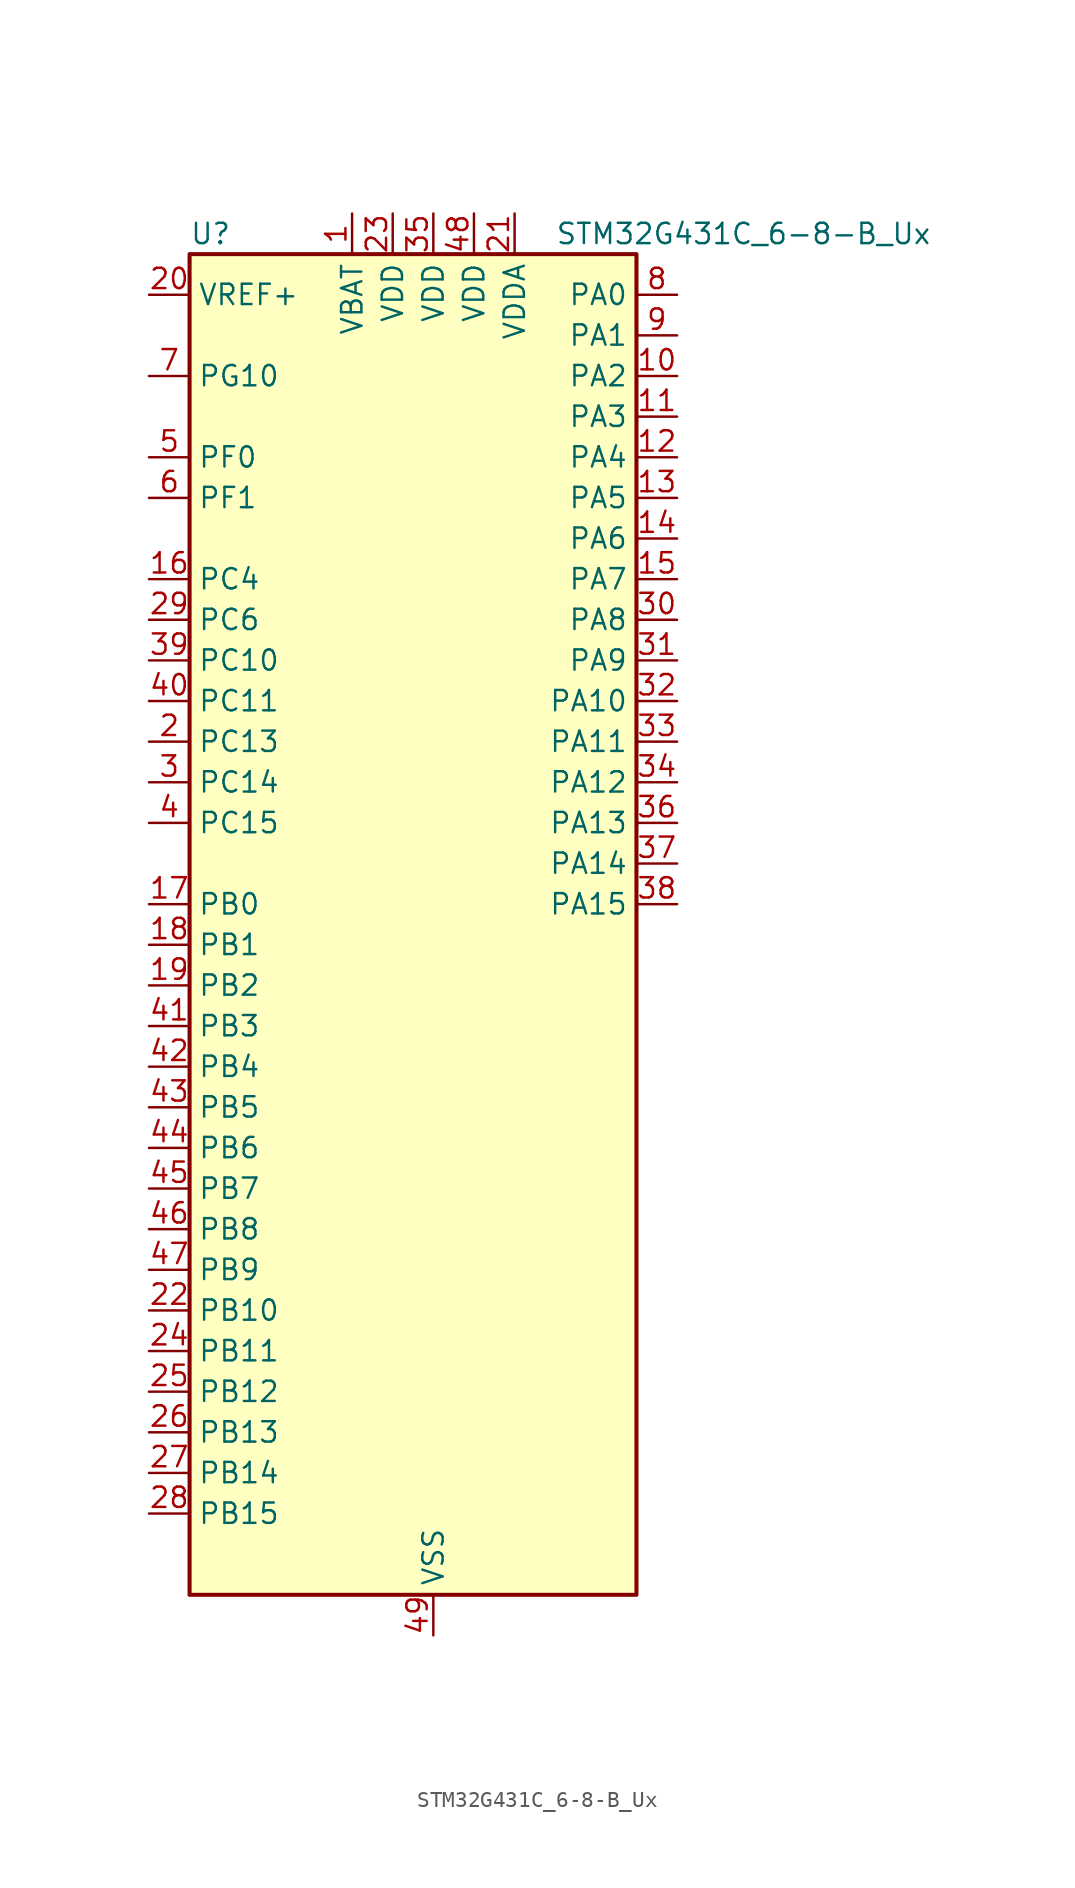
<source format=kicad_sym>
(kicad_symbol_lib
  (version 20231120)
  (generator "kicad_symbol_editor")
  (generator_version "8.0")
  (symbol "STM32G431C_6-8-B_Ux"
    (property "Reference" "U"
      (at -12.7 44.45 0)
      (effects (font (size 1.27 1.27)) (justify left)))
    (property "Value" "STM32G431C_6-8-B_Ux"
      (at 10.16 44.45 0)
      (effects (font (size 1.27 1.27)) (justify left)))
    (property "ki_locked" ""
      (at 0 0 0)
      (effects (font (size 1.27 1.27))))
    (symbol "STM32G431C_6-8-B_Ux_0_1"
      (rectangle (start -12.7 -40.64) (end 15.24 43.18) (stroke (width 0.254) (type default)) (fill (type background))))
    (symbol "STM32G431C_6-8-B_Ux_1_1"
      (pin power_in line (at -2.54 45.72 270) (length 2.54) (name "VBAT" (effects (font (size 1.27 1.27)))) (number "1" (effects (font (size 1.27 1.27)))))
      (pin bidirectional line (at 17.78 35.56 180) (length 2.54) (name "PA2" (effects (font (size 1.27 1.27)))) (number "10" (effects (font (size 1.27 1.27)))) (alternate "ADC1_IN3" bidirectional line) (alternate "COMP2_INM" bidirectional line) (alternate "COMP2_OUT" bidirectional line) (alternate "LPUART1_TX" bidirectional line) (alternate "OPAMP1_VOUT" bidirectional line) (alternate "RCC_LSCO" bidirectional line) (alternate "SYS_WKUP4" bidirectional line) (alternate "TIM15_CH1" bidirectional line) (alternate "TIM2_CH3" bidirectional line) (alternate "UCPD1_FRSTX1" bidirectional line) (alternate "UCPD1_FRSTX2" bidirectional line) (alternate "USART2_TX" bidirectional line))
      (pin bidirectional line (at 17.78 33.02 180) (length 2.54) (name "PA3" (effects (font (size 1.27 1.27)))) (number "11" (effects (font (size 1.27 1.27)))) (alternate "ADC1_IN4" bidirectional line) (alternate "COMP2_INP" bidirectional line) (alternate "LPUART1_RX" bidirectional line) (alternate "OPAMP1_VINM" bidirectional line) (alternate "OPAMP1_VINM0" bidirectional line) (alternate "OPAMP1_VINM_SEC" bidirectional line) (alternate "OPAMP1_VINP" bidirectional line) (alternate "OPAMP1_VINP_SEC" bidirectional line) (alternate "SAI1_CK1" bidirectional line) (alternate "SAI1_MCLK_A" bidirectional line) (alternate "TIM15_CH2" bidirectional line) (alternate "TIM2_CH4" bidirectional line) (alternate "USART2_RX" bidirectional line))
      (pin bidirectional line (at 17.78 30.48 180) (length 2.54) (name "PA4" (effects (font (size 1.27 1.27)))) (number "12" (effects (font (size 1.27 1.27)))) (alternate "ADC2_IN17" bidirectional line) (alternate "COMP1_INM" bidirectional line) (alternate "DAC1_OUT1" bidirectional line) (alternate "I2S3_WS" bidirectional line) (alternate "SAI1_FS_B" bidirectional line) (alternate "SPI1_NSS" bidirectional line) (alternate "SPI3_NSS" bidirectional line) (alternate "TIM3_CH2" bidirectional line) (alternate "USART2_CK" bidirectional line))
      (pin bidirectional line (at 17.78 27.94 180) (length 2.54) (name "PA5" (effects (font (size 1.27 1.27)))) (number "13" (effects (font (size 1.27 1.27)))) (alternate "ADC2_IN13" bidirectional line) (alternate "COMP2_INM" bidirectional line) (alternate "DAC1_OUT2" bidirectional line) (alternate "OPAMP2_VINM" bidirectional line) (alternate "OPAMP2_VINM0" bidirectional line) (alternate "OPAMP2_VINM_SEC" bidirectional line) (alternate "SPI1_SCK" bidirectional line) (alternate "TIM2_CH1" bidirectional line) (alternate "TIM2_ETR" bidirectional line) (alternate "UCPD1_FRSTX1" bidirectional line) (alternate "UCPD1_FRSTX2" bidirectional line))
      (pin bidirectional line (at 17.78 25.4 180) (length 2.54) (name "PA6" (effects (font (size 1.27 1.27)))) (number "14" (effects (font (size 1.27 1.27)))) (alternate "ADC2_IN3" bidirectional line) (alternate "COMP1_OUT" bidirectional line) (alternate "LPUART1_CTS" bidirectional line) (alternate "OPAMP2_VOUT" bidirectional line) (alternate "SPI1_MISO" bidirectional line) (alternate "TIM16_CH1" bidirectional line) (alternate "TIM1_BKIN" bidirectional line) (alternate "TIM3_CH1" bidirectional line) (alternate "TIM8_BKIN" bidirectional line))
      (pin bidirectional line (at 17.78 22.86 180) (length 2.54) (name "PA7" (effects (font (size 1.27 1.27)))) (number "15" (effects (font (size 1.27 1.27)))) (alternate "ADC2_IN4" bidirectional line) (alternate "COMP2_INP" bidirectional line) (alternate "COMP2_OUT" bidirectional line) (alternate "OPAMP1_VINP" bidirectional line) (alternate "OPAMP1_VINP_SEC" bidirectional line) (alternate "OPAMP2_VINP" bidirectional line) (alternate "OPAMP2_VINP_SEC" bidirectional line) (alternate "SPI1_MOSI" bidirectional line) (alternate "TIM17_CH1" bidirectional line) (alternate "TIM1_CH1N" bidirectional line) (alternate "TIM3_CH2" bidirectional line) (alternate "TIM8_CH1N" bidirectional line) (alternate "UCPD1_FRSTX1" bidirectional line) (alternate "UCPD1_FRSTX2" bidirectional line))
      (pin bidirectional line (at -15.24 22.86 0) (length 2.54) (name "PC4" (effects (font (size 1.27 1.27)))) (number "16" (effects (font (size 1.27 1.27)))) (alternate "ADC2_IN5" bidirectional line) (alternate "I2C2_SCL" bidirectional line) (alternate "TIM1_ETR" bidirectional line) (alternate "USART1_TX" bidirectional line))
      (pin bidirectional line (at -15.24 2.54 0) (length 2.54) (name "PB0" (effects (font (size 1.27 1.27)))) (number "17" (effects (font (size 1.27 1.27)))) (alternate "ADC1_IN15" bidirectional line) (alternate "COMP4_INP" bidirectional line) (alternate "OPAMP2_VINP" bidirectional line) (alternate "OPAMP2_VINP_SEC" bidirectional line) (alternate "OPAMP3_VINP" bidirectional line) (alternate "OPAMP3_VINP_SEC" bidirectional line) (alternate "TIM1_CH2N" bidirectional line) (alternate "TIM3_CH3" bidirectional line) (alternate "TIM8_CH2N" bidirectional line) (alternate "UCPD1_FRSTX1" bidirectional line) (alternate "UCPD1_FRSTX2" bidirectional line))
      (pin bidirectional line (at -15.24 0 0) (length 2.54) (name "PB1" (effects (font (size 1.27 1.27)))) (number "18" (effects (font (size 1.27 1.27)))) (alternate "ADC1_IN12" bidirectional line) (alternate "COMP1_INP" bidirectional line) (alternate "COMP4_OUT" bidirectional line) (alternate "LPUART1_DE" bidirectional line) (alternate "LPUART1_RTS" bidirectional line) (alternate "OPAMP3_VOUT" bidirectional line) (alternate "TIM1_CH3N" bidirectional line) (alternate "TIM3_CH4" bidirectional line) (alternate "TIM8_CH3N" bidirectional line))
      (pin bidirectional line (at -15.24 -2.54 0) (length 2.54) (name "PB2" (effects (font (size 1.27 1.27)))) (number "19" (effects (font (size 1.27 1.27)))) (alternate "ADC2_IN12" bidirectional line) (alternate "COMP4_INM" bidirectional line) (alternate "I2C3_SMBA" bidirectional line) (alternate "LPTIM1_OUT" bidirectional line) (alternate "OPAMP3_VINM" bidirectional line) (alternate "OPAMP3_VINM0" bidirectional line) (alternate "OPAMP3_VINM_SEC" bidirectional line) (alternate "RTC_OUT2" bidirectional line))
      (pin bidirectional line (at -15.24 12.7 0) (length 2.54) (name "PC13" (effects (font (size 1.27 1.27)))) (number "2" (effects (font (size 1.27 1.27)))) (alternate "RTC_OUT1" bidirectional line) (alternate "RTC_TAMP1" bidirectional line) (alternate "RTC_TS" bidirectional line) (alternate "SYS_WKUP2" bidirectional line) (alternate "TIM1_BKIN" bidirectional line) (alternate "TIM1_CH1N" bidirectional line) (alternate "TIM8_CH4N" bidirectional line))
      (pin input line (at -15.24 40.64 0) (length 2.54) (name "VREF+" (effects (font (size 1.27 1.27)))) (number "20" (effects (font (size 1.27 1.27)))) (alternate "VREFBUF_OUT" bidirectional line))
      (pin power_in line (at 7.62 45.72 270) (length 2.54) (name "VDDA" (effects (font (size 1.27 1.27)))) (number "21" (effects (font (size 1.27 1.27)))))
      (pin bidirectional line (at -15.24 -22.86 0) (length 2.54) (name "PB10" (effects (font (size 1.27 1.27)))) (number "22" (effects (font (size 1.27 1.27)))) (alternate "DAC1_EXTI10" bidirectional line) (alternate "DAC3_EXTI10" bidirectional line) (alternate "LPUART1_RX" bidirectional line) (alternate "OPAMP3_VINM" bidirectional line) (alternate "OPAMP3_VINM1" bidirectional line) (alternate "OPAMP3_VINM_SEC" bidirectional line) (alternate "SAI1_SCK_A" bidirectional line) (alternate "TIM1_BKIN" bidirectional line) (alternate "TIM2_CH3" bidirectional line) (alternate "USART3_TX" bidirectional line))
      (pin power_in line (at 0 45.72 270) (length 2.54) (name "VDD" (effects (font (size 1.27 1.27)))) (number "23" (effects (font (size 1.27 1.27)))))
      (pin bidirectional line (at -15.24 -25.4 0) (length 2.54) (name "PB11" (effects (font (size 1.27 1.27)))) (number "24" (effects (font (size 1.27 1.27)))) (alternate "ADC1_EXTI11" bidirectional line) (alternate "ADC1_IN14" bidirectional line) (alternate "ADC2_EXTI11" bidirectional line) (alternate "ADC2_IN14" bidirectional line) (alternate "LPUART1_TX" bidirectional line) (alternate "TIM2_CH4" bidirectional line) (alternate "USART3_RX" bidirectional line))
      (pin bidirectional line (at -15.24 -27.94 0) (length 2.54) (name "PB12" (effects (font (size 1.27 1.27)))) (number "25" (effects (font (size 1.27 1.27)))) (alternate "ADC1_IN11" bidirectional line) (alternate "I2C2_SMBA" bidirectional line) (alternate "I2S2_WS" bidirectional line) (alternate "LPUART1_DE" bidirectional line) (alternate "LPUART1_RTS" bidirectional line) (alternate "SPI2_NSS" bidirectional line) (alternate "TIM1_BKIN" bidirectional line) (alternate "USART3_CK" bidirectional line))
      (pin bidirectional line (at -15.24 -30.48 0) (length 2.54) (name "PB13" (effects (font (size 1.27 1.27)))) (number "26" (effects (font (size 1.27 1.27)))) (alternate "I2S2_CK" bidirectional line) (alternate "LPUART1_CTS" bidirectional line) (alternate "OPAMP3_VINP" bidirectional line) (alternate "OPAMP3_VINP_SEC" bidirectional line) (alternate "SPI2_SCK" bidirectional line) (alternate "TIM1_CH1N" bidirectional line) (alternate "USART3_CTS" bidirectional line) (alternate "USART3_NSS" bidirectional line))
      (pin bidirectional line (at -15.24 -33.02 0) (length 2.54) (name "PB14" (effects (font (size 1.27 1.27)))) (number "27" (effects (font (size 1.27 1.27)))) (alternate "ADC1_IN5" bidirectional line) (alternate "COMP4_OUT" bidirectional line) (alternate "OPAMP2_VINP" bidirectional line) (alternate "OPAMP2_VINP_SEC" bidirectional line) (alternate "SPI2_MISO" bidirectional line) (alternate "TIM15_CH1" bidirectional line) (alternate "TIM1_CH2N" bidirectional line) (alternate "USART3_DE" bidirectional line) (alternate "USART3_RTS" bidirectional line))
      (pin bidirectional line (at -15.24 -35.56 0) (length 2.54) (name "PB15" (effects (font (size 1.27 1.27)))) (number "28" (effects (font (size 1.27 1.27)))) (alternate "ADC1_EXTI15" bidirectional line) (alternate "ADC2_EXTI15" bidirectional line) (alternate "ADC2_IN15" bidirectional line) (alternate "COMP3_OUT" bidirectional line) (alternate "I2S2_SD" bidirectional line) (alternate "RTC_REFIN" bidirectional line) (alternate "SPI2_MOSI" bidirectional line) (alternate "TIM15_CH1N" bidirectional line) (alternate "TIM15_CH2" bidirectional line) (alternate "TIM1_CH3N" bidirectional line))
      (pin bidirectional line (at -15.24 20.32 0) (length 2.54) (name "PC6" (effects (font (size 1.27 1.27)))) (number "29" (effects (font (size 1.27 1.27)))) (alternate "I2S2_MCK" bidirectional line) (alternate "TIM3_CH1" bidirectional line) (alternate "TIM8_CH1" bidirectional line))
      (pin bidirectional line (at -15.24 10.16 0) (length 2.54) (name "PC14" (effects (font (size 1.27 1.27)))) (number "3" (effects (font (size 1.27 1.27)))) (alternate "RCC_OSC32_IN" bidirectional line))
      (pin bidirectional line (at 17.78 20.32 180) (length 2.54) (name "PA8" (effects (font (size 1.27 1.27)))) (number "30" (effects (font (size 1.27 1.27)))) (alternate "I2C2_SDA" bidirectional line) (alternate "I2C3_SCL" bidirectional line) (alternate "I2S2_MCK" bidirectional line) (alternate "RCC_MCO" bidirectional line) (alternate "SAI1_CK2" bidirectional line) (alternate "SAI1_SCK_A" bidirectional line) (alternate "TIM1_CH1" bidirectional line) (alternate "TIM4_ETR" bidirectional line) (alternate "USART1_CK" bidirectional line))
      (pin bidirectional line (at 17.78 17.78 180) (length 2.54) (name "PA9" (effects (font (size 1.27 1.27)))) (number "31" (effects (font (size 1.27 1.27)))) (alternate "DAC1_EXTI9" bidirectional line) (alternate "DAC3_EXTI9" bidirectional line) (alternate "I2C2_SCL" bidirectional line) (alternate "I2C3_SMBA" bidirectional line) (alternate "I2S3_MCK" bidirectional line) (alternate "SAI1_FS_A" bidirectional line) (alternate "TIM15_BKIN" bidirectional line) (alternate "TIM1_CH2" bidirectional line) (alternate "TIM2_CH3" bidirectional line) (alternate "UCPD1_DBCC1" bidirectional line) (alternate "USART1_TX" bidirectional line))
      (pin bidirectional line (at 17.78 15.24 180) (length 2.54) (name "PA10" (effects (font (size 1.27 1.27)))) (number "32" (effects (font (size 1.27 1.27)))) (alternate "CRS_SYNC" bidirectional line) (alternate "DAC1_EXTI10" bidirectional line) (alternate "DAC3_EXTI10" bidirectional line) (alternate "I2C2_SMBA" bidirectional line) (alternate "SAI1_D1" bidirectional line) (alternate "SAI1_SD_A" bidirectional line) (alternate "SPI2_MISO" bidirectional line) (alternate "TIM17_BKIN" bidirectional line) (alternate "TIM1_CH3" bidirectional line) (alternate "TIM2_CH4" bidirectional line) (alternate "TIM8_BKIN" bidirectional line) (alternate "UCPD1_DBCC2" bidirectional line) (alternate "USART1_RX" bidirectional line))
      (pin bidirectional line (at 17.78 12.7 180) (length 2.54) (name "PA11" (effects (font (size 1.27 1.27)))) (number "33" (effects (font (size 1.27 1.27)))) (alternate "ADC1_EXTI11" bidirectional line) (alternate "ADC2_EXTI11" bidirectional line) (alternate "COMP1_OUT" bidirectional line) (alternate "FDCAN1_RX" bidirectional line) (alternate "I2S2_SD" bidirectional line) (alternate "SPI2_MOSI" bidirectional line) (alternate "TIM1_BKIN2" bidirectional line) (alternate "TIM1_CH1N" bidirectional line) (alternate "TIM1_CH4" bidirectional line) (alternate "TIM4_CH1" bidirectional line) (alternate "USART1_CTS" bidirectional line) (alternate "USART1_NSS" bidirectional line) (alternate "USB_DM" bidirectional line))
      (pin bidirectional line (at 17.78 10.16 180) (length 2.54) (name "PA12" (effects (font (size 1.27 1.27)))) (number "34" (effects (font (size 1.27 1.27)))) (alternate "COMP2_OUT" bidirectional line) (alternate "FDCAN1_TX" bidirectional line) (alternate "I2S_CKIN" bidirectional line) (alternate "TIM16_CH1" bidirectional line) (alternate "TIM1_CH2N" bidirectional line) (alternate "TIM1_ETR" bidirectional line) (alternate "TIM4_CH2" bidirectional line) (alternate "USART1_DE" bidirectional line) (alternate "USART1_RTS" bidirectional line) (alternate "USB_DP" bidirectional line))
      (pin power_in line (at 2.54 45.72 270) (length 2.54) (name "VDD" (effects (font (size 1.27 1.27)))) (number "35" (effects (font (size 1.27 1.27)))))
      (pin bidirectional line (at 17.78 7.62 180) (length 2.54) (name "PA13" (effects (font (size 1.27 1.27)))) (number "36" (effects (font (size 1.27 1.27)))) (alternate "I2C1_SCL" bidirectional line) (alternate "IR_OUT" bidirectional line) (alternate "SAI1_SD_B" bidirectional line) (alternate "SYS_JTMS-SWDIO" bidirectional line) (alternate "TIM16_CH1N" bidirectional line) (alternate "TIM4_CH3" bidirectional line) (alternate "USART3_CTS" bidirectional line) (alternate "USART3_NSS" bidirectional line))
      (pin bidirectional line (at 17.78 5.08 180) (length 2.54) (name "PA14" (effects (font (size 1.27 1.27)))) (number "37" (effects (font (size 1.27 1.27)))) (alternate "I2C1_SDA" bidirectional line) (alternate "LPTIM1_OUT" bidirectional line) (alternate "SAI1_FS_B" bidirectional line) (alternate "SYS_JTCK-SWCLK" bidirectional line) (alternate "TIM1_BKIN" bidirectional line) (alternate "TIM8_CH2" bidirectional line) (alternate "USART2_TX" bidirectional line))
      (pin bidirectional line (at 17.78 2.54 180) (length 2.54) (name "PA15" (effects (font (size 1.27 1.27)))) (number "38" (effects (font (size 1.27 1.27)))) (alternate "ADC1_EXTI15" bidirectional line) (alternate "ADC2_EXTI15" bidirectional line) (alternate "I2C1_SCL" bidirectional line) (alternate "I2S3_WS" bidirectional line) (alternate "SPI1_NSS" bidirectional line) (alternate "SPI3_NSS" bidirectional line) (alternate "SYS_JTDI" bidirectional line) (alternate "TIM1_BKIN" bidirectional line) (alternate "TIM2_CH1" bidirectional line) (alternate "TIM2_ETR" bidirectional line) (alternate "TIM8_CH1" bidirectional line) (alternate "UART4_DE" bidirectional line) (alternate "UART4_RTS" bidirectional line) (alternate "USART2_RX" bidirectional line))
      (pin bidirectional line (at -15.24 17.78 0) (length 2.54) (name "PC10" (effects (font (size 1.27 1.27)))) (number "39" (effects (font (size 1.27 1.27)))) (alternate "DAC1_EXTI10" bidirectional line) (alternate "DAC3_EXTI10" bidirectional line) (alternate "I2S3_CK" bidirectional line) (alternate "SPI3_SCK" bidirectional line) (alternate "TIM8_CH1N" bidirectional line) (alternate "UART4_TX" bidirectional line) (alternate "USART3_TX" bidirectional line))
      (pin bidirectional line (at -15.24 7.62 0) (length 2.54) (name "PC15" (effects (font (size 1.27 1.27)))) (number "4" (effects (font (size 1.27 1.27)))) (alternate "ADC1_EXTI15" bidirectional line) (alternate "ADC2_EXTI15" bidirectional line) (alternate "RCC_OSC32_OUT" bidirectional line))
      (pin bidirectional line (at -15.24 15.24 0) (length 2.54) (name "PC11" (effects (font (size 1.27 1.27)))) (number "40" (effects (font (size 1.27 1.27)))) (alternate "ADC1_EXTI11" bidirectional line) (alternate "ADC2_EXTI11" bidirectional line) (alternate "I2C3_SDA" bidirectional line) (alternate "SPI3_MISO" bidirectional line) (alternate "TIM8_CH2N" bidirectional line) (alternate "UART4_RX" bidirectional line) (alternate "USART3_RX" bidirectional line))
      (pin bidirectional line (at -15.24 -5.08 0) (length 2.54) (name "PB3" (effects (font (size 1.27 1.27)))) (number "41" (effects (font (size 1.27 1.27)))) (alternate "CRS_SYNC" bidirectional line) (alternate "I2S3_CK" bidirectional line) (alternate "SAI1_SCK_B" bidirectional line) (alternate "SPI1_SCK" bidirectional line) (alternate "SPI3_SCK" bidirectional line) (alternate "SYS_JTDO-SWO" bidirectional line) (alternate "TIM2_CH2" bidirectional line) (alternate "TIM3_ETR" bidirectional line) (alternate "TIM4_ETR" bidirectional line) (alternate "TIM8_CH1N" bidirectional line) (alternate "USART2_TX" bidirectional line))
      (pin bidirectional line (at -15.24 -7.62 0) (length 2.54) (name "PB4" (effects (font (size 1.27 1.27)))) (number "42" (effects (font (size 1.27 1.27)))) (alternate "SAI1_MCLK_B" bidirectional line) (alternate "SPI1_MISO" bidirectional line) (alternate "SPI3_MISO" bidirectional line) (alternate "SYS_JTRST" bidirectional line) (alternate "TIM16_CH1" bidirectional line) (alternate "TIM17_BKIN" bidirectional line) (alternate "TIM3_CH1" bidirectional line) (alternate "TIM8_CH2N" bidirectional line) (alternate "UCPD1_CC2" bidirectional line) (alternate "USART2_RX" bidirectional line))
      (pin bidirectional line (at -15.24 -10.16 0) (length 2.54) (name "PB5" (effects (font (size 1.27 1.27)))) (number "43" (effects (font (size 1.27 1.27)))) (alternate "I2C1_SMBA" bidirectional line) (alternate "I2C3_SDA" bidirectional line) (alternate "I2S3_SD" bidirectional line) (alternate "LPTIM1_IN1" bidirectional line) (alternate "SAI1_SD_B" bidirectional line) (alternate "SPI1_MOSI" bidirectional line) (alternate "SPI3_MOSI" bidirectional line) (alternate "TIM16_BKIN" bidirectional line) (alternate "TIM17_CH1" bidirectional line) (alternate "TIM3_CH2" bidirectional line) (alternate "TIM8_CH3N" bidirectional line) (alternate "USART2_CK" bidirectional line))
      (pin bidirectional line (at -15.24 -12.7 0) (length 2.54) (name "PB6" (effects (font (size 1.27 1.27)))) (number "44" (effects (font (size 1.27 1.27)))) (alternate "COMP4_OUT" bidirectional line) (alternate "LPTIM1_ETR" bidirectional line) (alternate "SAI1_FS_B" bidirectional line) (alternate "TIM16_CH1N" bidirectional line) (alternate "TIM4_CH1" bidirectional line) (alternate "TIM8_BKIN2" bidirectional line) (alternate "TIM8_CH1" bidirectional line) (alternate "TIM8_ETR" bidirectional line) (alternate "UCPD1_CC1" bidirectional line) (alternate "USART1_TX" bidirectional line))
      (pin bidirectional line (at -15.24 -15.24 0) (length 2.54) (name "PB7" (effects (font (size 1.27 1.27)))) (number "45" (effects (font (size 1.27 1.27)))) (alternate "COMP3_OUT" bidirectional line) (alternate "I2C1_SDA" bidirectional line) (alternate "LPTIM1_IN2" bidirectional line) (alternate "SYS_PVD_IN" bidirectional line) (alternate "TIM17_CH1N" bidirectional line) (alternate "TIM3_CH4" bidirectional line) (alternate "TIM4_CH2" bidirectional line) (alternate "TIM8_BKIN" bidirectional line) (alternate "UART4_CTS" bidirectional line) (alternate "USART1_RX" bidirectional line))
      (pin bidirectional line (at -15.24 -17.78 0) (length 2.54) (name "PB8" (effects (font (size 1.27 1.27)))) (number "46" (effects (font (size 1.27 1.27)))) (alternate "COMP1_OUT" bidirectional line) (alternate "FDCAN1_RX" bidirectional line) (alternate "I2C1_SCL" bidirectional line) (alternate "SAI1_CK1" bidirectional line) (alternate "SAI1_MCLK_A" bidirectional line) (alternate "TIM16_CH1" bidirectional line) (alternate "TIM1_BKIN" bidirectional line) (alternate "TIM4_CH3" bidirectional line) (alternate "TIM8_CH2" bidirectional line) (alternate "USART3_RX" bidirectional line))
      (pin bidirectional line (at -15.24 -20.32 0) (length 2.54) (name "PB9" (effects (font (size 1.27 1.27)))) (number "47" (effects (font (size 1.27 1.27)))) (alternate "COMP2_OUT" bidirectional line) (alternate "DAC1_EXTI9" bidirectional line) (alternate "DAC3_EXTI9" bidirectional line) (alternate "FDCAN1_TX" bidirectional line) (alternate "I2C1_SDA" bidirectional line) (alternate "IR_OUT" bidirectional line) (alternate "SAI1_D2" bidirectional line) (alternate "SAI1_FS_A" bidirectional line) (alternate "TIM17_CH1" bidirectional line) (alternate "TIM1_CH3N" bidirectional line) (alternate "TIM4_CH4" bidirectional line) (alternate "TIM8_CH3" bidirectional line) (alternate "USART3_TX" bidirectional line))
      (pin power_in line (at 5.08 45.72 270) (length 2.54) (name "VDD" (effects (font (size 1.27 1.27)))) (number "48" (effects (font (size 1.27 1.27)))))
      (pin power_in line (at 2.54 -43.18 90) (length 2.54) (name "VSS" (effects (font (size 1.27 1.27)))) (number "49" (effects (font (size 1.27 1.27)))))
      (pin bidirectional line (at -15.24 30.48 0) (length 2.54) (name "PF0" (effects (font (size 1.27 1.27)))) (number "5" (effects (font (size 1.27 1.27)))) (alternate "ADC1_IN10" bidirectional line) (alternate "I2C2_SDA" bidirectional line) (alternate "I2S2_WS" bidirectional line) (alternate "RCC_OSC_IN" bidirectional line) (alternate "SPI2_NSS" bidirectional line) (alternate "TIM1_CH3N" bidirectional line))
      (pin bidirectional line (at -15.24 27.94 0) (length 2.54) (name "PF1" (effects (font (size 1.27 1.27)))) (number "6" (effects (font (size 1.27 1.27)))) (alternate "ADC2_IN10" bidirectional line) (alternate "COMP3_INM" bidirectional line) (alternate "I2S2_CK" bidirectional line) (alternate "RCC_OSC_OUT" bidirectional line) (alternate "SPI2_SCK" bidirectional line))
      (pin bidirectional line (at -15.24 35.56 0) (length 2.54) (name "PG10" (effects (font (size 1.27 1.27)))) (number "7" (effects (font (size 1.27 1.27)))) (alternate "DAC1_EXTI10" bidirectional line) (alternate "DAC3_EXTI10" bidirectional line) (alternate "RCC_MCO" bidirectional line))
      (pin bidirectional line (at 17.78 40.64 180) (length 2.54) (name "PA0" (effects (font (size 1.27 1.27)))) (number "8" (effects (font (size 1.27 1.27)))) (alternate "ADC1_IN1" bidirectional line) (alternate "ADC2_IN1" bidirectional line) (alternate "COMP1_INM" bidirectional line) (alternate "COMP1_OUT" bidirectional line) (alternate "COMP3_INP" bidirectional line) (alternate "RTC_TAMP2" bidirectional line) (alternate "SYS_WKUP1" bidirectional line) (alternate "TIM2_CH1" bidirectional line) (alternate "TIM2_ETR" bidirectional line) (alternate "TIM8_BKIN" bidirectional line) (alternate "TIM8_ETR" bidirectional line) (alternate "USART2_CTS" bidirectional line) (alternate "USART2_NSS" bidirectional line))
      (pin bidirectional line (at 17.78 38.1 180) (length 2.54) (name "PA1" (effects (font (size 1.27 1.27)))) (number "9" (effects (font (size 1.27 1.27)))) (alternate "ADC1_IN2" bidirectional line) (alternate "ADC2_IN2" bidirectional line) (alternate "COMP1_INP" bidirectional line) (alternate "OPAMP1_VINP" bidirectional line) (alternate "OPAMP1_VINP_SEC" bidirectional line) (alternate "OPAMP3_VINP" bidirectional line) (alternate "OPAMP3_VINP_SEC" bidirectional line) (alternate "RTC_REFIN" bidirectional line) (alternate "TIM15_CH1N" bidirectional line) (alternate "TIM2_CH2" bidirectional line) (alternate "USART2_DE" bidirectional line) (alternate "USART2_RTS" bidirectional line)))))
</source>
